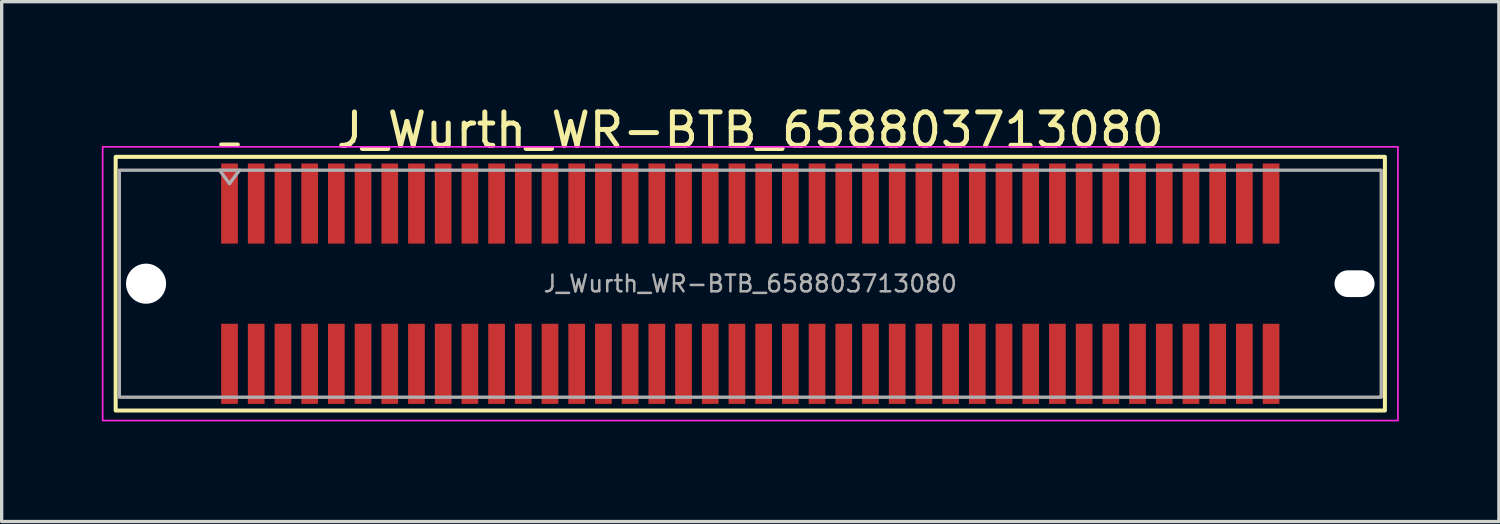
<source format=kicad_pcb>
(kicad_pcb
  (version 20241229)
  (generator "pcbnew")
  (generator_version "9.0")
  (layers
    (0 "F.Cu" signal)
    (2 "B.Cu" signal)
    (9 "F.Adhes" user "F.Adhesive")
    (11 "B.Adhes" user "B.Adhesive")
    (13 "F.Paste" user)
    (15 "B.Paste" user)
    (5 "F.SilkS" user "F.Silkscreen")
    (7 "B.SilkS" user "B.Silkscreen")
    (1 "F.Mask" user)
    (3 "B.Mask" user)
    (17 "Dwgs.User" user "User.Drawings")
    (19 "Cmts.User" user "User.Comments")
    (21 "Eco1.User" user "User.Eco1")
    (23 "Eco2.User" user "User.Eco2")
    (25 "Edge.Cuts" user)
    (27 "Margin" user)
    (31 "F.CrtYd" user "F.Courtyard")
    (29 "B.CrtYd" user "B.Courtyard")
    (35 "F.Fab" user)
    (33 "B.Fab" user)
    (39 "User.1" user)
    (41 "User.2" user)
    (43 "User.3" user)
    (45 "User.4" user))
  (footprint "J_Wurth_WR-BTB_658803713080"
    (layer "F.Cu")
    (at 19.425 5.448)
    (property "Reference" "J_Wurth_WR-BTB_658803713080" (at 0 -4.6 0) (layer "F.SilkS") (effects (font (size 1 1) (thickness 0.15))))
    (attr through_hole)
    (fp_line (start -15.35 -4.17) (end -15.85 -4.17) (stroke (width 0.12) (type solid)) (layer "F.SilkS"))
    (fp_rect (start -19.01 -3.8) (end 19.01 3.8) (stroke (width 0.12) (type solid)) (fill no) (layer "F.SilkS"))
    (fp_rect (start -19.4 -4.1) (end 19.4 4.1) (stroke (width 0.05) (type solid)) (fill no) (layer "F.CrtYd"))
    (fp_line (start -15.9 -3.4) (end -15.6 -3) (stroke (width 0.1) (type default)) (layer "F.Fab"))
    (fp_line (start -15.6 -3) (end -15.3 -3.4) (stroke (width 0.1) (type default)) (layer "F.Fab"))
    (fp_rect (start -18.9 -3.4) (end 18.9 3.4) (stroke (width 0.1) (type solid)) (fill no) (layer "F.Fab"))
    (fp_text user "${REFERENCE}" (at 0 0 0) (unlocked yes) (layer "F.Fab") (effects (font (size 0.5 0.5) (thickness 0.075))))
    (pad "" np_thru_hole circle (at -18.1 0) (size 1.2 1.2) (drill 1.2) (layers "*.Cu" "*.Mask"))
    (pad "" np_thru_hole oval (at 18.1 0) (size 1.2 0.8) (drill oval 1.2 0.8) (layers "*.Cu" "*.Mask"))
    (pad "1" smd rect (at -15.6 -2.4) (size 0.5 2.4) (layers "F.Cu" "F.Mask" "F.Paste"))
    (pad "2" smd rect (at -15.6 2.4) (size 0.5 2.4) (layers "F.Cu" "F.Mask" "F.Paste"))
    (pad "3" smd rect (at -14.8 -2.4) (size 0.5 2.4) (layers "F.Cu" "F.Mask" "F.Paste"))
    (pad "4" smd rect (at -14.8 2.4) (size 0.5 2.4) (layers "F.Cu" "F.Mask" "F.Paste"))
    (pad "5" smd rect (at -14 -2.4) (size 0.5 2.4) (layers "F.Cu" "F.Mask" "F.Paste"))
    (pad "6" smd rect (at -14 2.4) (size 0.5 2.4) (layers "F.Cu" "F.Mask" "F.Paste"))
    (pad "7" smd rect (at -13.2 -2.4) (size 0.5 2.4) (layers "F.Cu" "F.Mask" "F.Paste"))
    (pad "8" smd rect (at -13.2 2.4) (size 0.5 2.4) (layers "F.Cu" "F.Mask" "F.Paste"))
    (pad "9" smd rect (at -12.4 -2.4) (size 0.5 2.4) (layers "F.Cu" "F.Mask" "F.Paste"))
    (pad "10" smd rect (at -12.4 2.4) (size 0.5 2.4) (layers "F.Cu" "F.Mask" "F.Paste"))
    (pad "11" smd rect (at -11.6 -2.4) (size 0.5 2.4) (layers "F.Cu" "F.Mask" "F.Paste"))
    (pad "12" smd rect (at -11.6 2.4) (size 0.5 2.4) (layers "F.Cu" "F.Mask" "F.Paste"))
    (pad "13" smd rect (at -10.8 -2.4) (size 0.5 2.4) (layers "F.Cu" "F.Mask" "F.Paste"))
    (pad "14" smd rect (at -10.8 2.4) (size 0.5 2.4) (layers "F.Cu" "F.Mask" "F.Paste"))
    (pad "15" smd rect (at -10 -2.4) (size 0.5 2.4) (layers "F.Cu" "F.Mask" "F.Paste"))
    (pad "16" smd rect (at -10 2.4) (size 0.5 2.4) (layers "F.Cu" "F.Mask" "F.Paste"))
    (pad "17" smd rect (at -9.2 -2.4) (size 0.5 2.4) (layers "F.Cu" "F.Mask" "F.Paste"))
    (pad "18" smd rect (at -9.2 2.4) (size 0.5 2.4) (layers "F.Cu" "F.Mask" "F.Paste"))
    (pad "19" smd rect (at -8.4 -2.4) (size 0.5 2.4) (layers "F.Cu" "F.Mask" "F.Paste"))
    (pad "20" smd rect (at -8.4 2.4) (size 0.5 2.4) (layers "F.Cu" "F.Mask" "F.Paste"))
    (pad "21" smd rect (at -7.6 -2.4) (size 0.5 2.4) (layers "F.Cu" "F.Mask" "F.Paste"))
    (pad "22" smd rect (at -7.6 2.4) (size 0.5 2.4) (layers "F.Cu" "F.Mask" "F.Paste"))
    (pad "23" smd rect (at -6.8 -2.4) (size 0.5 2.4) (layers "F.Cu" "F.Mask" "F.Paste"))
    (pad "24" smd rect (at -6.8 2.4) (size 0.5 2.4) (layers "F.Cu" "F.Mask" "F.Paste"))
    (pad "25" smd rect (at -6 -2.4) (size 0.5 2.4) (layers "F.Cu" "F.Mask" "F.Paste"))
    (pad "26" smd rect (at -6 2.4) (size 0.5 2.4) (layers "F.Cu" "F.Mask" "F.Paste"))
    (pad "27" smd rect (at -5.2 -2.4) (size 0.5 2.4) (layers "F.Cu" "F.Mask" "F.Paste"))
    (pad "28" smd rect (at -5.2 2.4) (size 0.5 2.4) (layers "F.Cu" "F.Mask" "F.Paste"))
    (pad "29" smd rect (at -4.4 -2.4) (size 0.5 2.4) (layers "F.Cu" "F.Mask" "F.Paste"))
    (pad "30" smd rect (at -4.4 2.4) (size 0.5 2.4) (layers "F.Cu" "F.Mask" "F.Paste"))
    (pad "31" smd rect (at -3.6 -2.4) (size 0.5 2.4) (layers "F.Cu" "F.Mask" "F.Paste"))
    (pad "32" smd rect (at -3.6 2.4) (size 0.5 2.4) (layers "F.Cu" "F.Mask" "F.Paste"))
    (pad "33" smd rect (at -2.8 -2.4) (size 0.5 2.4) (layers "F.Cu" "F.Mask" "F.Paste"))
    (pad "34" smd rect (at -2.8 2.4) (size 0.5 2.4) (layers "F.Cu" "F.Mask" "F.Paste"))
    (pad "35" smd rect (at -2 -2.4) (size 0.5 2.4) (layers "F.Cu" "F.Mask" "F.Paste"))
    (pad "36" smd rect (at -2 2.4) (size 0.5 2.4) (layers "F.Cu" "F.Mask" "F.Paste"))
    (pad "37" smd rect (at -1.2 -2.4) (size 0.5 2.4) (layers "F.Cu" "F.Mask" "F.Paste"))
    (pad "38" smd rect (at -1.2 2.4) (size 0.5 2.4) (layers "F.Cu" "F.Mask" "F.Paste"))
    (pad "39" smd rect (at -0.4 -2.4) (size 0.5 2.4) (layers "F.Cu" "F.Mask" "F.Paste"))
    (pad "40" smd rect (at -0.4 2.4) (size 0.5 2.4) (layers "F.Cu" "F.Mask" "F.Paste"))
    (pad "41" smd rect (at 0.4 -2.4) (size 0.5 2.4) (layers "F.Cu" "F.Mask" "F.Paste"))
    (pad "42" smd rect (at 0.4 2.4) (size 0.5 2.4) (layers "F.Cu" "F.Mask" "F.Paste"))
    (pad "43" smd rect (at 1.2 -2.4) (size 0.5 2.4) (layers "F.Cu" "F.Mask" "F.Paste"))
    (pad "44" smd rect (at 1.2 2.4) (size 0.5 2.4) (layers "F.Cu" "F.Mask" "F.Paste"))
    (pad "45" smd rect (at 2 -2.4) (size 0.5 2.4) (layers "F.Cu" "F.Mask" "F.Paste"))
    (pad "46" smd rect (at 2 2.4) (size 0.5 2.4) (layers "F.Cu" "F.Mask" "F.Paste"))
    (pad "47" smd rect (at 2.8 -2.4) (size 0.5 2.4) (layers "F.Cu" "F.Mask" "F.Paste"))
    (pad "48" smd rect (at 2.8 2.4) (size 0.5 2.4) (layers "F.Cu" "F.Mask" "F.Paste"))
    (pad "49" smd rect (at 3.6 -2.4) (size 0.5 2.4) (layers "F.Cu" "F.Mask" "F.Paste"))
    (pad "50" smd rect (at 3.6 2.4) (size 0.5 2.4) (layers "F.Cu" "F.Mask" "F.Paste"))
    (pad "51" smd rect (at 4.4 -2.4) (size 0.5 2.4) (layers "F.Cu" "F.Mask" "F.Paste"))
    (pad "52" smd rect (at 4.4 2.4) (size 0.5 2.4) (layers "F.Cu" "F.Mask" "F.Paste"))
    (pad "53" smd rect (at 5.2 -2.4) (size 0.5 2.4) (layers "F.Cu" "F.Mask" "F.Paste"))
    (pad "54" smd rect (at 5.2 2.4) (size 0.5 2.4) (layers "F.Cu" "F.Mask" "F.Paste"))
    (pad "55" smd rect (at 6 -2.4) (size 0.5 2.4) (layers "F.Cu" "F.Mask" "F.Paste"))
    (pad "56" smd rect (at 6 2.4) (size 0.5 2.4) (layers "F.Cu" "F.Mask" "F.Paste"))
    (pad "57" smd rect (at 6.8 -2.4) (size 0.5 2.4) (layers "F.Cu" "F.Mask" "F.Paste"))
    (pad "58" smd rect (at 6.8 2.4) (size 0.5 2.4) (layers "F.Cu" "F.Mask" "F.Paste"))
    (pad "59" smd rect (at 7.6 -2.4) (size 0.5 2.4) (layers "F.Cu" "F.Mask" "F.Paste"))
    (pad "60" smd rect (at 7.6 2.4) (size 0.5 2.4) (layers "F.Cu" "F.Mask" "F.Paste"))
    (pad "61" smd rect (at 8.4 -2.4) (size 0.5 2.4) (layers "F.Cu" "F.Mask" "F.Paste"))
    (pad "62" smd rect (at 8.4 2.4) (size 0.5 2.4) (layers "F.Cu" "F.Mask" "F.Paste"))
    (pad "63" smd rect (at 9.2 -2.4) (size 0.5 2.4) (layers "F.Cu" "F.Mask" "F.Paste"))
    (pad "64" smd rect (at 9.2 2.4) (size 0.5 2.4) (layers "F.Cu" "F.Mask" "F.Paste"))
    (pad "65" smd rect (at 10 -2.4) (size 0.5 2.4) (layers "F.Cu" "F.Mask" "F.Paste"))
    (pad "66" smd rect (at 10 2.4) (size 0.5 2.4) (layers "F.Cu" "F.Mask" "F.Paste"))
    (pad "67" smd rect (at 10.8 -2.4) (size 0.5 2.4) (layers "F.Cu" "F.Mask" "F.Paste"))
    (pad "68" smd rect (at 10.8 2.4) (size 0.5 2.4) (layers "F.Cu" "F.Mask" "F.Paste"))
    (pad "69" smd rect (at 11.6 -2.4) (size 0.5 2.4) (layers "F.Cu" "F.Mask" "F.Paste"))
    (pad "70" smd rect (at 11.6 2.4) (size 0.5 2.4) (layers "F.Cu" "F.Mask" "F.Paste"))
    (pad "71" smd rect (at 12.4 -2.4) (size 0.5 2.4) (layers "F.Cu" "F.Mask" "F.Paste"))
    (pad "72" smd rect (at 12.4 2.4) (size 0.5 2.4) (layers "F.Cu" "F.Mask" "F.Paste"))
    (pad "73" smd rect (at 13.2 -2.4) (size 0.5 2.4) (layers "F.Cu" "F.Mask" "F.Paste"))
    (pad "74" smd rect (at 13.2 2.4) (size 0.5 2.4) (layers "F.Cu" "F.Mask" "F.Paste"))
    (pad "75" smd rect (at 14 -2.4) (size 0.5 2.4) (layers "F.Cu" "F.Mask" "F.Paste"))
    (pad "76" smd rect (at 14 2.4) (size 0.5 2.4) (layers "F.Cu" "F.Mask" "F.Paste"))
    (pad "77" smd rect (at 14.8 -2.4) (size 0.5 2.4) (layers "F.Cu" "F.Mask" "F.Paste"))
    (pad "78" smd rect (at 14.8 2.4) (size 0.5 2.4) (layers "F.Cu" "F.Mask" "F.Paste"))
    (pad "79" smd rect (at 15.6 -2.4) (size 0.5 2.4) (layers "F.Cu" "F.Mask" "F.Paste"))
    (pad "80" smd rect (at 15.6 2.4) (size 0.5 2.4) (layers "F.Cu" "F.Mask" "F.Paste")))
  (gr_rect
    (start -3 -3)
    (end 41.85 12.573)
    (stroke (width 0.1) (type default))
    (fill no)
    (layer "Edge.Cuts")))
</source>
